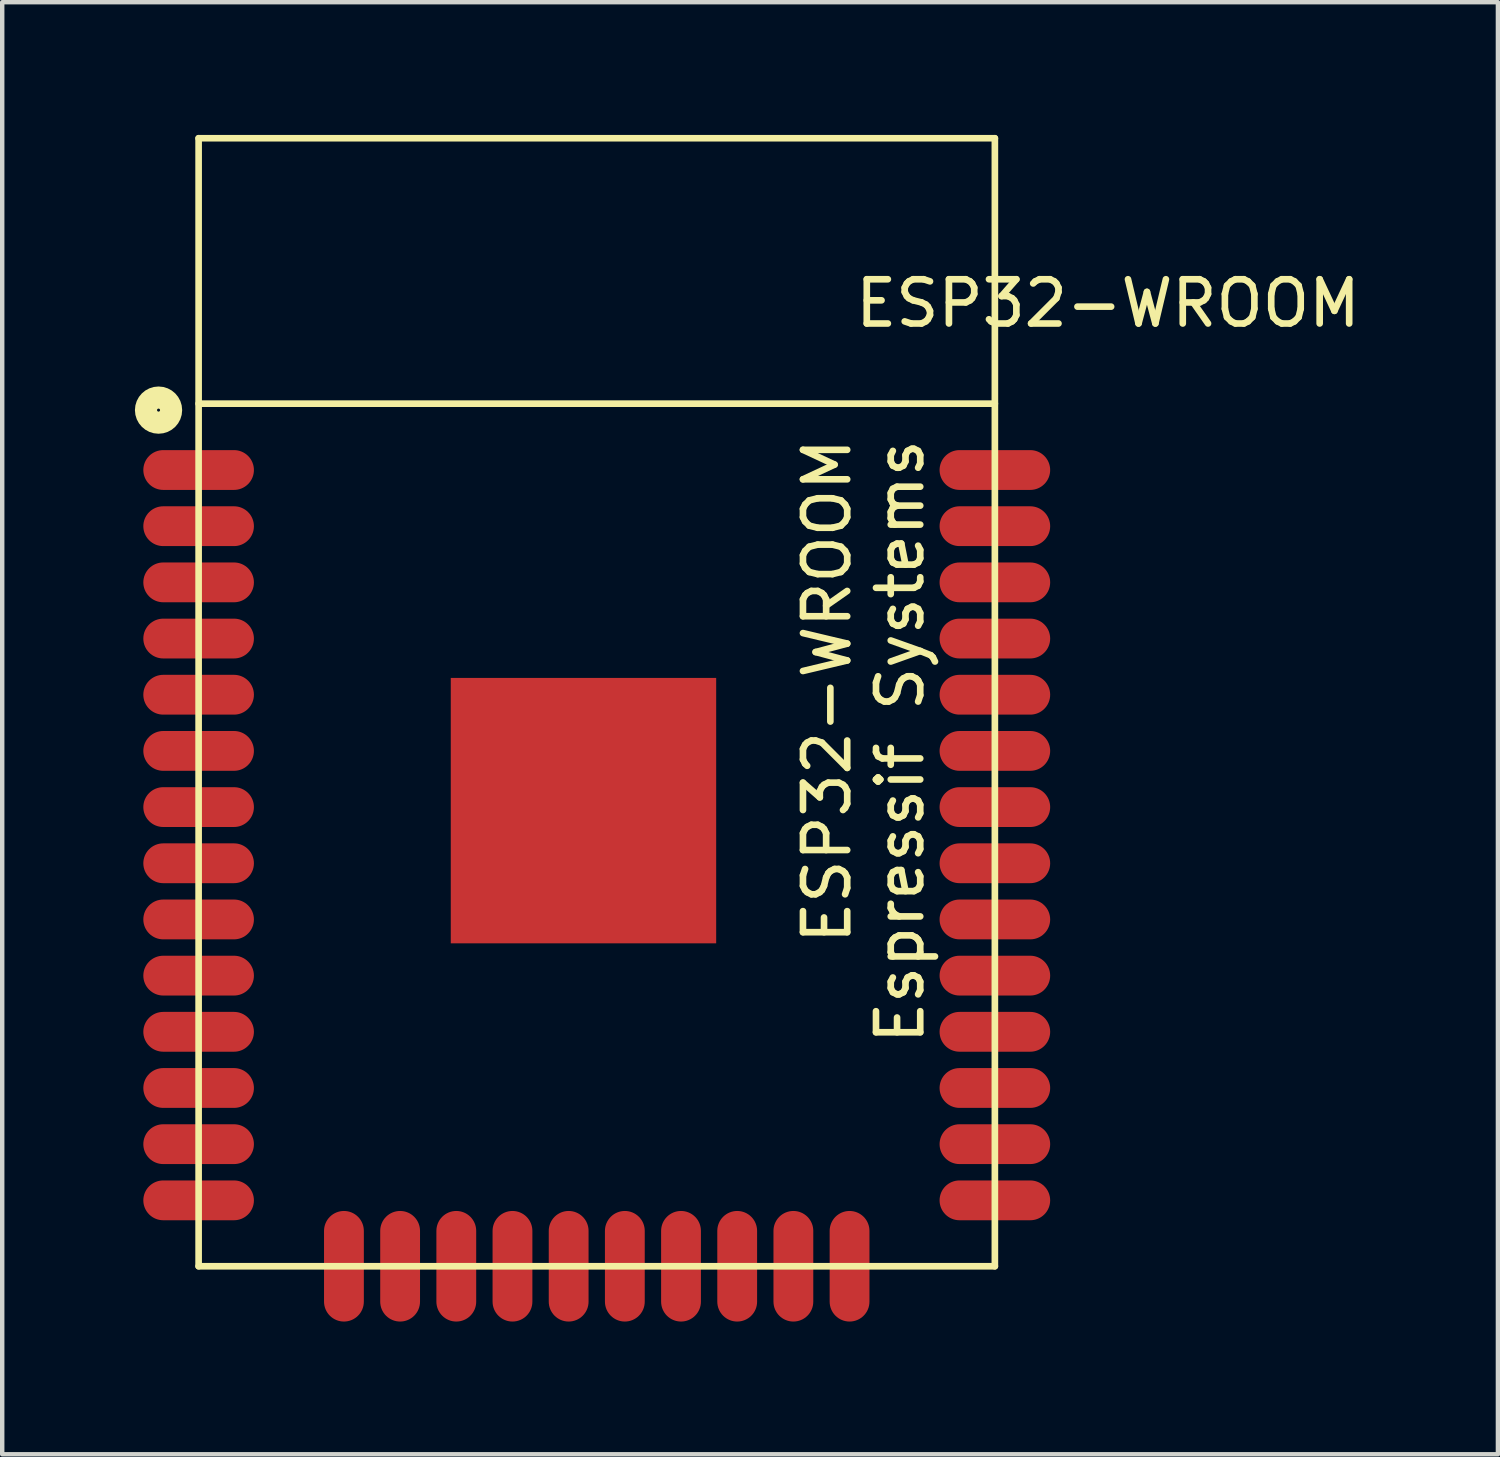
<source format=kicad_pcb>
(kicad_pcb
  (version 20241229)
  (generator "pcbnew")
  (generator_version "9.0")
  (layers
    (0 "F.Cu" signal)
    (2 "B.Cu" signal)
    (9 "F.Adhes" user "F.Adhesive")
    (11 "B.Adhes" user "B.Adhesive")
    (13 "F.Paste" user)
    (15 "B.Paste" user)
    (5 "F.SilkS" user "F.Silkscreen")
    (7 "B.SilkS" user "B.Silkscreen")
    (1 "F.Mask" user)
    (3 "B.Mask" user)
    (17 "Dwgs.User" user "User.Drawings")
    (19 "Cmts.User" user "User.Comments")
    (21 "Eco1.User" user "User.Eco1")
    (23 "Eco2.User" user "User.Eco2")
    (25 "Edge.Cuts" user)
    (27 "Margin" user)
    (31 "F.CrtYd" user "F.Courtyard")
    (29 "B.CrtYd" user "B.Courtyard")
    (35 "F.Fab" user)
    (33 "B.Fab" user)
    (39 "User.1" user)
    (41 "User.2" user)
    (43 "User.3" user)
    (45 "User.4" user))
  (footprint "ESP32-WROOM"
    (layer "F.Cu")
    (at 10.44 15.075)
    (property "Reference" "ESP32-WROOM" (at 11.557 -11.267 180) (layer "F.SilkS") (effects (font (size 1 1) (thickness 0.15))))
    (attr through_hole)
    (fp_line (start -9 -15) (end -9 10.5) (stroke (width 0.15) (type solid)) (layer "F.SilkS"))
    (fp_line (start 9 -15) (end -9 -15) (stroke (width 0.15) (type solid)) (layer "F.SilkS"))
    (fp_line (start 9 -15) (end 9 10.5) (stroke (width 0.15) (type solid)) (layer "F.SilkS"))
    (fp_line (start 9 -9) (end -9 -9) (stroke (width 0.15) (type solid)) (layer "F.SilkS"))
    (fp_line (start 9 10.5) (end -9 10.5) (stroke (width 0.15) (type solid)) (layer "F.SilkS"))
    (fp_circle (center -9.906 -8.854) (end -10.033 -9.108) (stroke (width 0.5) (type solid)) (fill no) (layer "F.SilkS"))
    (fp_text user "ESP32-WROOM" (at 5.207 -2.504 270) (layer "F.SilkS") (effects (font (size 1 1) (thickness 0.15))))
    (fp_text user "Espressif Systems" (at 6.858 -1.361 270) (layer "F.SilkS") (effects (font (size 1 1) (thickness 0.15))))
    (pad "1" smd oval (at -9 -7.5 180) (size 2.5 0.9) (layers "F.Cu" "F.Mask" "F.Paste"))
    (pad "2" smd oval (at -9 -6.23 180) (size 2.5 0.9) (layers "F.Cu" "F.Mask" "F.Paste"))
    (pad "3" smd oval (at -9 -4.96 180) (size 2.5 0.9) (layers "F.Cu" "F.Mask" "F.Paste"))
    (pad "4" smd oval (at -9 -3.69 180) (size 2.5 0.9) (layers "F.Cu" "F.Mask" "F.Paste"))
    (pad "5" smd oval (at -9 -2.42 180) (size 2.5 0.9) (layers "F.Cu" "F.Mask" "F.Paste"))
    (pad "6" smd oval (at -9 -1.15 180) (size 2.5 0.9) (layers "F.Cu" "F.Mask" "F.Paste"))
    (pad "7" smd oval (at -9 0.12 180) (size 2.5 0.9) (layers "F.Cu" "F.Mask" "F.Paste"))
    (pad "8" smd oval (at -9 1.39 180) (size 2.5 0.9) (layers "F.Cu" "F.Mask" "F.Paste"))
    (pad "9" smd oval (at -9 2.66 180) (size 2.5 0.9) (layers "F.Cu" "F.Mask" "F.Paste"))
    (pad "10" smd oval (at -9 3.93 180) (size 2.5 0.9) (layers "F.Cu" "F.Mask" "F.Paste"))
    (pad "11" smd oval (at -9 5.2 180) (size 2.5 0.9) (layers "F.Cu" "F.Mask" "F.Paste"))
    (pad "12" smd oval (at -9 6.47 180) (size 2.5 0.9) (layers "F.Cu" "F.Mask" "F.Paste"))
    (pad "13" smd oval (at -9 7.74 180) (size 2.5 0.9) (layers "F.Cu" "F.Mask" "F.Paste"))
    (pad "14" smd oval (at -9 9.01 180) (size 2.5 0.9) (layers "F.Cu" "F.Mask" "F.Paste"))
    (pad "15" smd oval (at -5.715 10.5 180) (size 0.9 2.5) (layers "F.Cu" "F.Mask" "F.Paste"))
    (pad "16" smd oval (at -4.445 10.5 180) (size 0.9 2.5) (layers "F.Cu" "F.Mask" "F.Paste"))
    (pad "17" smd oval (at -3.175 10.5 180) (size 0.9 2.5) (layers "F.Cu" "F.Mask" "F.Paste"))
    (pad "18" smd oval (at -1.905 10.5 180) (size 0.9 2.5) (layers "F.Cu" "F.Mask" "F.Paste"))
    (pad "19" smd oval (at -0.635 10.5 180) (size 0.9 2.5) (layers "F.Cu" "F.Mask" "F.Paste"))
    (pad "20" smd oval (at 0.635 10.5 180) (size 0.9 2.5) (layers "F.Cu" "F.Mask" "F.Paste"))
    (pad "21" smd oval (at 1.905 10.5 180) (size 0.9 2.5) (layers "F.Cu" "F.Mask" "F.Paste"))
    (pad "22" smd oval (at 3.175 10.5 180) (size 0.9 2.5) (layers "F.Cu" "F.Mask" "F.Paste"))
    (pad "23" smd oval (at 4.445 10.5 180) (size 0.9 2.5) (layers "F.Cu" "F.Mask" "F.Paste"))
    (pad "24" smd oval (at 5.715 10.5 180) (size 0.9 2.5) (layers "F.Cu" "F.Mask" "F.Paste"))
    (pad "25" smd oval (at 9 9.01 180) (size 2.5 0.9) (layers "F.Cu" "F.Mask" "F.Paste"))
    (pad "26" smd oval (at 9 7.74 180) (size 2.5 0.9) (layers "F.Cu" "F.Mask" "F.Paste"))
    (pad "27" smd oval (at 9 6.47 180) (size 2.5 0.9) (layers "F.Cu" "F.Mask" "F.Paste"))
    (pad "28" smd oval (at 9 5.2 180) (size 2.5 0.9) (layers "F.Cu" "F.Mask" "F.Paste"))
    (pad "29" smd oval (at 9 3.93 180) (size 2.5 0.9) (layers "F.Cu" "F.Mask" "F.Paste"))
    (pad "30" smd oval (at 9 2.66 180) (size 2.5 0.9) (layers "F.Cu" "F.Mask" "F.Paste"))
    (pad "31" smd oval (at 9 1.39 180) (size 2.5 0.9) (layers "F.Cu" "F.Mask" "F.Paste"))
    (pad "32" smd oval (at 9 0.12 180) (size 2.5 0.9) (layers "F.Cu" "F.Mask" "F.Paste"))
    (pad "33" smd oval (at 9 -1.15 180) (size 2.5 0.9) (layers "F.Cu" "F.Mask" "F.Paste"))
    (pad "34" smd oval (at 9 -2.42 180) (size 2.5 0.9) (layers "F.Cu" "F.Mask" "F.Paste"))
    (pad "35" smd oval (at 9 -3.69 180) (size 2.5 0.9) (layers "F.Cu" "F.Mask" "F.Paste"))
    (pad "36" smd oval (at 9 -4.96 180) (size 2.5 0.9) (layers "F.Cu" "F.Mask" "F.Paste"))
    (pad "37" smd oval (at 9 -6.23 180) (size 2.5 0.9) (layers "F.Cu" "F.Mask" "F.Paste"))
    (pad "38" smd oval (at 9 -7.5 180) (size 2.5 0.9) (layers "F.Cu" "F.Mask" "F.Paste"))
    (pad "39" smd rect (at -0.3 0.2 180) (size 6 6) (layers "F.Cu" "F.Mask" "F.Paste")))
  (gr_rect
    (start -3 -3)
    (end 30.812 29.825)
    (stroke (width 0.1) (type default))
    (fill no)
    (layer "Edge.Cuts")))
</source>
